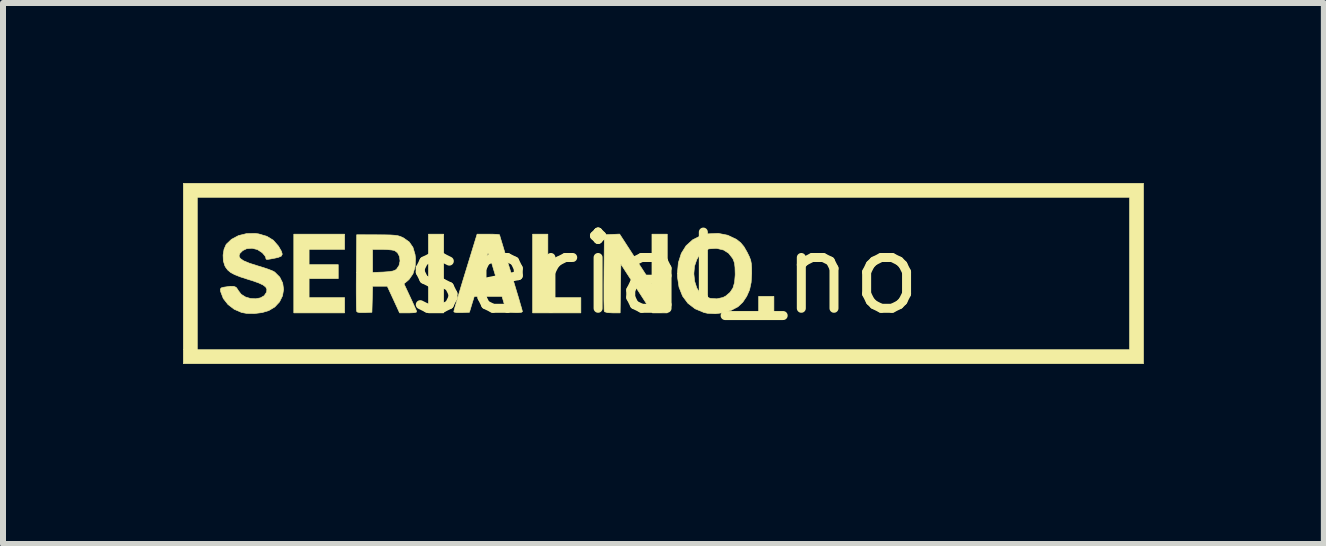
<source format=kicad_pcb>
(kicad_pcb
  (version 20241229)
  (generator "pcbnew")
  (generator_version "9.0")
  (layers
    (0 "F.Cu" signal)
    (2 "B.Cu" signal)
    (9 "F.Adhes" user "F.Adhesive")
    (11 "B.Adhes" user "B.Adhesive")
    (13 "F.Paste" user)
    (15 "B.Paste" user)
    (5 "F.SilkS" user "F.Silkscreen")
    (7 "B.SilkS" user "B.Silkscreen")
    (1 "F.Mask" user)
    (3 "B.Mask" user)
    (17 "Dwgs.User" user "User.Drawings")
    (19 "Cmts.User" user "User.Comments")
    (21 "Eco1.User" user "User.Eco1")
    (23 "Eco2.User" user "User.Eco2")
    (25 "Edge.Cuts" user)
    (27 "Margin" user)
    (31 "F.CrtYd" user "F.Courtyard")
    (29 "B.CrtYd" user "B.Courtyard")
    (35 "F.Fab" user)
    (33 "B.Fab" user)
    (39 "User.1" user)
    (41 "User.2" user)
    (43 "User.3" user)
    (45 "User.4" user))
  (footprint "serial_no"
    (layer "F.Cu")
    (at 8.006 1.508)
    (property "Reference" "serial_no" (at 0 0 0) (layer "F.SilkS") (effects (font (size 1.27 1.27) (thickness 0.15))))
    (attr through_hole)
    (fp_poly (pts (xy -3.662 0.656) (xy -3.916 0.656) (xy -3.916 -0.656) (xy -3.662 -0.656) (xy -3.662 0.656)) (stroke (width 0.01) (type solid)) (fill yes) (layer "F.SilkS"))
    (fp_poly (pts (xy 1.841 0.656) (xy 1.587 0.656) (xy 1.587 0.381) (xy 1.841 0.381) (xy 1.841 0.656)) (stroke (width 0.01) (type solid)) (fill yes) (layer "F.SilkS"))
    (fp_poly (pts (xy -1.926 0.402) (xy -1.376 0.402) (xy -1.376 0.656) (xy -2.18 0.656) (xy -2.18 -0.656) (xy -1.926 -0.656) (xy -1.926 0.402)) (stroke (width 0.01) (type solid)) (fill yes) (layer "F.SilkS"))
    (fp_poly (pts (xy 8.001 1.503) (xy -8.001 1.503) (xy -8.001 -1.27) (xy -7.768 -1.27) (xy -7.768 1.27) (xy 7.768 1.27) (xy 7.768 -1.27) (xy -7.768 -1.27) (xy -8.001 -1.27) (xy -8.001 -1.503) (xy 8.001 -1.503) (xy 8.001 1.503)) (stroke (width 0.01) (type solid)) (fill yes) (layer "F.SilkS"))
    (fp_poly (pts (xy -5.313 -0.402) (xy -5.905 -0.402) (xy -5.905 -0.148) (xy -5.419 -0.148) (xy -5.419 0.085) (xy -5.905 0.085) (xy -5.905 0.402) (xy -5.313 0.402) (xy -5.313 0.656) (xy -6.16 0.656) (xy -6.16 -0.656) (xy -5.313 -0.656) (xy -5.313 -0.402)) (stroke (width 0.01) (type solid)) (fill yes) (layer "F.SilkS"))
    (fp_poly (pts (xy -0.191 0.176) (xy -0.191 -0.656) (xy 0.064 -0.656) (xy 0.064 0.656) (xy -0.183 0.656) (xy -0.709 -0.157) (xy -0.715 0.25) (xy -0.721 0.656) (xy -0.848 0.656) (xy -0.932 0.652) (xy -0.978 0.638) (xy -0.985 0.629) (xy -0.988 0.602) (xy -0.989 0.538) (xy -0.991 0.443) (xy -0.991 0.322) (xy -0.991 0.18) (xy -0.99 0.024) (xy -0.99 -0.021) (xy -0.984 -0.646) (xy -0.73 -0.657) (xy -0.191 0.176)) (stroke (width 0.01) (type solid)) (fill yes) (layer "F.SilkS"))
    (fp_poly (pts (xy -4.771 -0.645) (xy -4.641 -0.644) (xy -4.546 -0.642) (xy -4.478 -0.637) (xy -4.427 -0.63) (xy -4.386 -0.618) (xy -4.347 -0.601) (xy -4.328 -0.591) (xy -4.236 -0.525) (xy -4.174 -0.435) (xy -4.139 -0.316) (xy -4.131 -0.249) (xy -4.137 -0.114) (xy -4.174 0.005) (xy -4.239 0.099) (xy -4.259 0.117) (xy -4.324 0.171) (xy -4.223 0.387) (xy -4.182 0.476) (xy -4.147 0.553) (xy -4.122 0.607) (xy -4.113 0.63) (xy -4.118 0.644) (xy -4.154 0.653) (xy -4.225 0.656) (xy -4.249 0.656) (xy -4.397 0.656) (xy -4.499 0.434) (xy -4.602 0.212) (xy -4.846 0.212) (xy -4.858 0.646) (xy -4.98 0.652) (xy -5.059 0.652) (xy -5.102 0.642) (xy -5.112 0.631) (xy -5.115 0.603) (xy -5.117 0.539) (xy -5.118 0.443) (xy -5.119 0.322) (xy -5.119 0.18) (xy -5.118 0.024) (xy -5.117 -0.021) (xy -5.114 -0.402) (xy -4.847 -0.402) (xy -4.847 -0.017) (xy -4.669 -0.024) (xy -4.571 -0.031) (xy -4.505 -0.042) (xy -4.463 -0.06) (xy -4.448 -0.071) (xy -4.406 -0.133) (xy -4.389 -0.208) (xy -4.398 -0.283) (xy -4.431 -0.346) (xy -4.481 -0.383) (xy -4.528 -0.392) (xy -4.601 -0.399) (xy -4.685 -0.402) (xy -4.69 -0.402) (xy -4.847 -0.402) (xy -5.114 -0.402) (xy -5.112 -0.646) (xy -4.771 -0.645)) (stroke (width 0.01) (type solid)) (fill yes) (layer "F.SilkS"))
    (fp_poly (pts (xy 1.071 -0.638) (xy 1.216 -0.569) (xy 1.222 -0.565) (xy 1.288 -0.512) (xy 1.342 -0.447) (xy 1.395 -0.355) (xy 1.397 -0.351) (xy 1.432 -0.28) (xy 1.454 -0.222) (xy 1.465 -0.165) (xy 1.47 -0.093) (xy 1.471 -0.002) (xy 1.462 0.148) (xy 1.436 0.271) (xy 1.388 0.38) (xy 1.322 0.479) (xy 1.242 0.554) (xy 1.132 0.612) (xy 1.003 0.652) (xy 0.867 0.67) (xy 0.735 0.663) (xy 0.676 0.65) (xy 0.528 0.588) (xy 0.408 0.496) (xy 0.319 0.376) (xy 0.26 0.228) (xy 0.234 0.055) (xy 0.233 0.003) (xy 0.507 0.003) (xy 0.52 0.129) (xy 0.557 0.243) (xy 0.609 0.325) (xy 0.686 0.382) (xy 0.785 0.415) (xy 0.891 0.422) (xy 0.991 0.4) (xy 1.038 0.376) (xy 1.111 0.314) (xy 1.159 0.242) (xy 1.186 0.148) (xy 1.196 0.025) (xy 1.196 0) (xy 1.193 -0.101) (xy 1.185 -0.172) (xy 1.167 -0.225) (xy 1.154 -0.252) (xy 1.087 -0.338) (xy 1.004 -0.391) (xy 0.897 -0.417) (xy 0.873 -0.419) (xy 0.758 -0.411) (xy 0.664 -0.37) (xy 0.59 -0.292) (xy 0.556 -0.233) (xy 0.518 -0.122) (xy 0.507 0.003) (xy 0.233 0.003) (xy 0.233 0) (xy 0.249 -0.18) (xy 0.298 -0.335) (xy 0.378 -0.463) (xy 0.488 -0.562) (xy 0.626 -0.631) (xy 0.746 -0.661) (xy 0.913 -0.669) (xy 1.071 -0.638)) (stroke (width 0.01) (type solid)) (fill yes) (layer "F.SilkS"))
    (fp_poly (pts (xy -2.835 -0.655) (xy -2.771 -0.652) (xy -2.735 -0.647) (xy -2.731 -0.645) (xy -2.725 -0.623) (xy -2.708 -0.565) (xy -2.681 -0.477) (xy -2.647 -0.363) (xy -2.607 -0.229) (xy -2.561 -0.079) (xy -2.54 -0.011) (xy -2.493 0.145) (xy -2.45 0.288) (xy -2.412 0.413) (xy -2.383 0.515) (xy -2.361 0.589) (xy -2.351 0.629) (xy -2.349 0.635) (xy -2.37 0.648) (xy -2.428 0.653) (xy -2.481 0.652) (xy -2.612 0.646) (xy -2.651 0.513) (xy -2.69 0.381) (xy -3.152 0.381) (xy -3.193 0.513) (xy -3.233 0.646) (xy -3.363 0.652) (xy -3.445 0.652) (xy -3.486 0.643) (xy -3.493 0.634) (xy -3.487 0.608) (xy -3.47 0.547) (xy -3.443 0.456) (xy -3.409 0.34) (xy -3.368 0.203) (xy -3.341 0.114) (xy -3.069 0.114) (xy -3.05 0.121) (xy -2.999 0.125) (xy -2.927 0.127) (xy -2.919 0.127) (xy -2.837 0.125) (xy -2.791 0.118) (xy -2.777 0.105) (xy -2.778 0.101) (xy -2.788 0.07) (xy -2.807 0.009) (xy -2.832 -0.073) (xy -2.849 -0.132) (xy -2.876 -0.218) (xy -2.899 -0.287) (xy -2.916 -0.329) (xy -2.923 -0.339) (xy -2.932 -0.32) (xy -2.951 -0.271) (xy -2.975 -0.201) (xy -3.002 -0.12) (xy -3.028 -0.038) (xy -3.05 0.036) (xy -3.064 0.09) (xy -3.069 0.114) (xy -3.341 0.114) (xy -3.322 0.052) (xy -3.299 -0.023) (xy -3.105 -0.656) (xy -2.918 -0.656) (xy -2.835 -0.655)) (stroke (width 0.01) (type solid)) (fill yes) (layer "F.SilkS"))
    (fp_poly (pts (xy -6.746 -0.66) (xy -6.609 -0.62) (xy -6.502 -0.555) (xy -6.418 -0.459) (xy -6.411 -0.448) (xy -6.367 -0.372) (xy -6.352 -0.322) (xy -6.368 -0.29) (xy -6.418 -0.269) (xy -6.47 -0.257) (xy -6.549 -0.242) (xy -6.595 -0.235) (xy -6.618 -0.237) (xy -6.625 -0.249) (xy -6.625 -0.261) (xy -6.639 -0.292) (xy -6.675 -0.335) (xy -6.688 -0.348) (xy -6.765 -0.399) (xy -6.855 -0.421) (xy -6.944 -0.414) (xy -7.011 -0.382) (xy -7.059 -0.334) (xy -7.073 -0.291) (xy -7.053 -0.251) (xy -6.995 -0.211) (xy -6.898 -0.171) (xy -6.763 -0.128) (xy -6.664 -0.098) (xy -6.576 -0.068) (xy -6.509 -0.041) (xy -6.478 -0.024) (xy -6.394 0.06) (xy -6.345 0.159) (xy -6.33 0.265) (xy -6.348 0.372) (xy -6.397 0.472) (xy -6.477 0.558) (xy -6.577 0.618) (xy -6.687 0.651) (xy -6.816 0.667) (xy -6.944 0.665) (xy -7.031 0.649) (xy -7.153 0.596) (xy -7.257 0.516) (xy -7.335 0.416) (xy -7.378 0.304) (xy -7.379 0.302) (xy -7.384 0.261) (xy -7.369 0.24) (xy -7.326 0.228) (xy -7.31 0.226) (xy -7.22 0.213) (xy -7.16 0.214) (xy -7.122 0.23) (xy -7.095 0.265) (xy -7.086 0.282) (xy -7.037 0.346) (xy -6.966 0.391) (xy -6.883 0.416) (xy -6.796 0.421) (xy -6.716 0.406) (xy -6.653 0.37) (xy -6.615 0.313) (xy -6.612 0.305) (xy -6.609 0.262) (xy -6.628 0.225) (xy -6.672 0.191) (xy -6.747 0.156) (xy -6.856 0.118) (xy -6.918 0.099) (xy -7.048 0.057) (xy -7.143 0.02) (xy -7.212 -0.017) (xy -7.261 -0.058) (xy -7.298 -0.108) (xy -7.309 -0.129) (xy -7.334 -0.21) (xy -7.338 -0.308) (xy -7.322 -0.405) (xy -7.288 -0.482) (xy -7.286 -0.486) (xy -7.197 -0.571) (xy -7.081 -0.632) (xy -6.947 -0.665) (xy -6.803 -0.668) (xy -6.746 -0.66)) (stroke (width 0.01) (type solid)) (fill yes) (layer "F.SilkS")))
  (gr_rect
    (start -3 -3)
    (end 19.012 6.016)
    (stroke (width 0.1) (type default))
    (fill no)
    (layer "Edge.Cuts")))
</source>
